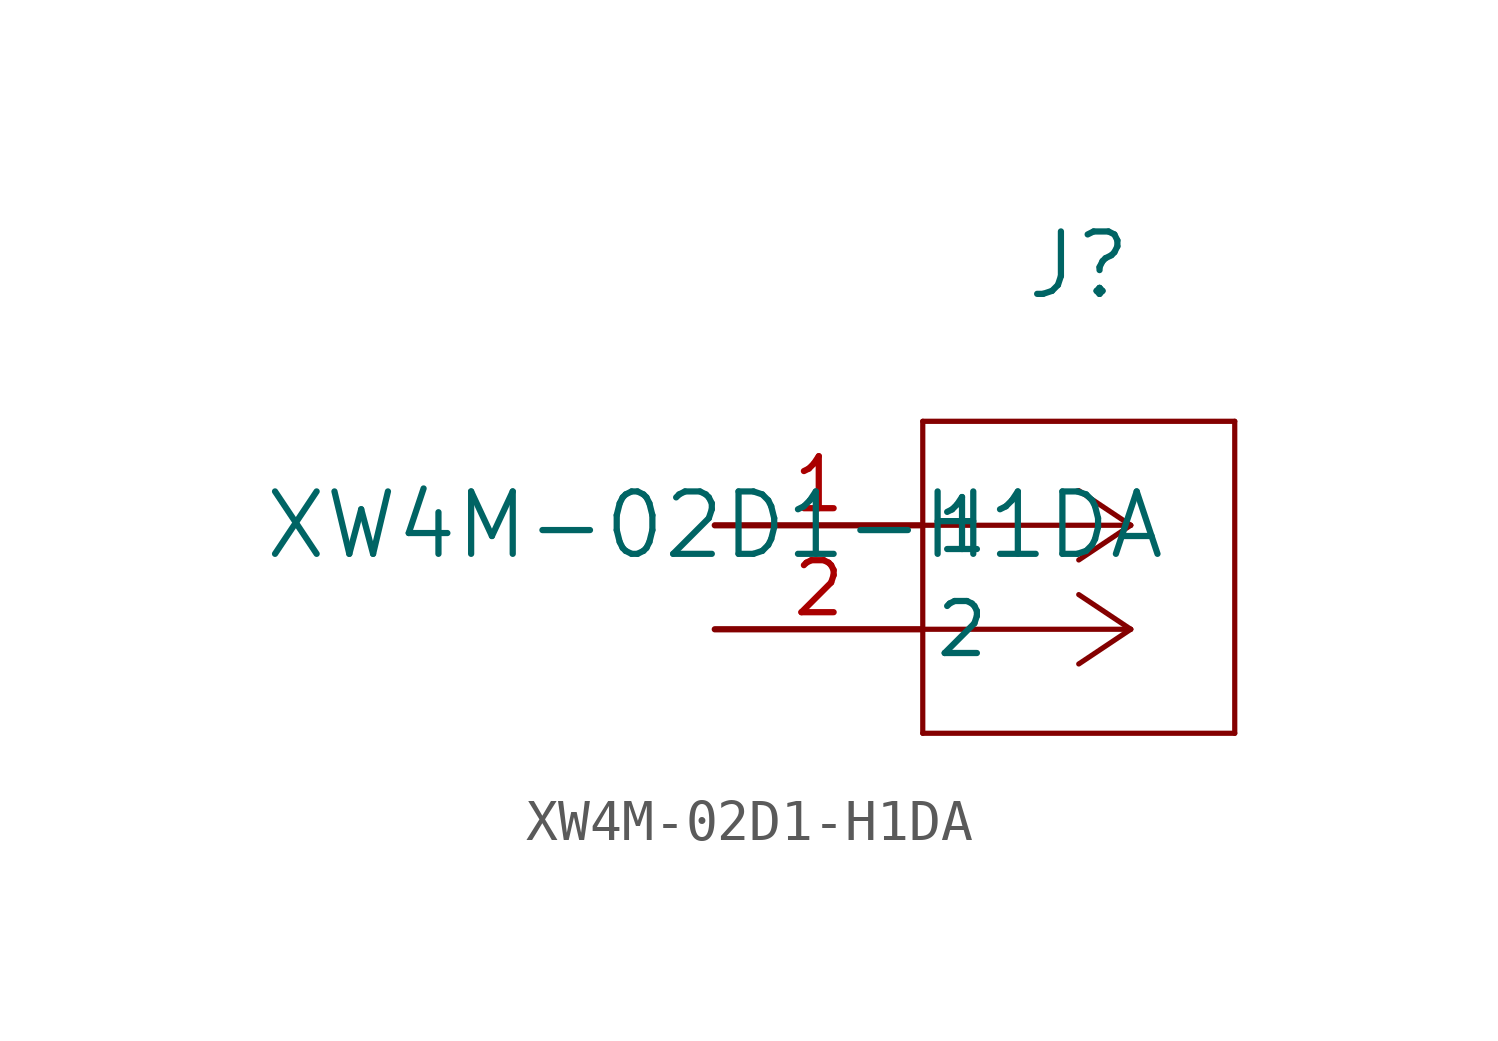
<source format=kicad_sym>
(kicad_symbol_lib
  (version 20220914)
  (generator kicad_symbol_editor)
  (symbol "XW4M-02D1-H1DA"
    (pin_names
      (offset 0.254))
    (property "Reference" "J"
      (at 8.89 6.35 0)
      (effects (font (size 1.524 1.524))))
    (property "Value" "XW4M-02D1-H1DA"
      (at 0 0 0)
      (effects (font (size 1.524 1.524))))
    (property "ki_locked" ""
      (at 0 0 0)
      (effects (font (size 1.27 1.27))))
    (symbol "XW4M-02D1-H1DA_0_1"
      (polyline (pts (xy 5.08 -5.08) (xy 12.7 -5.08)) (stroke (width 0.127) (type default)) (fill (type none)))
      (polyline (pts (xy 5.08 2.54) (xy 5.08 -5.08)) (stroke (width 0.127) (type default)) (fill (type none)))
      (polyline (pts (xy 10.16 -2.54) (xy 5.08 -2.54)) (stroke (width 0.127) (type default)) (fill (type none)))
      (polyline (pts (xy 10.16 -2.54) (xy 8.89 -3.387)) (stroke (width 0.127) (type default)) (fill (type none)))
      (polyline (pts (xy 10.16 -2.54) (xy 8.89 -1.693)) (stroke (width 0.127) (type default)) (fill (type none)))
      (polyline (pts (xy 10.16 0) (xy 5.08 0)) (stroke (width 0.127) (type default)) (fill (type none)))
      (polyline (pts (xy 10.16 0) (xy 8.89 -0.847)) (stroke (width 0.127) (type default)) (fill (type none)))
      (polyline (pts (xy 10.16 0) (xy 8.89 0.847)) (stroke (width 0.127) (type default)) (fill (type none)))
      (polyline (pts (xy 12.7 -5.08) (xy 12.7 2.54)) (stroke (width 0.127) (type default)) (fill (type none)))
      (polyline (pts (xy 12.7 2.54) (xy 5.08 2.54)) (stroke (width 0.127) (type default)) (fill (type none)))
      (pin unspecified line (at 0 0 0) (length 5.08) (name "1" (effects (font (size 1.27 1.27)))) (number "1" (effects (font (size 1.27 1.27)))))
      (pin unspecified line (at 0 -2.54 0) (length 5.08) (name "2" (effects (font (size 1.27 1.27)))) (number "2" (effects (font (size 1.27 1.27))))))))
</source>
